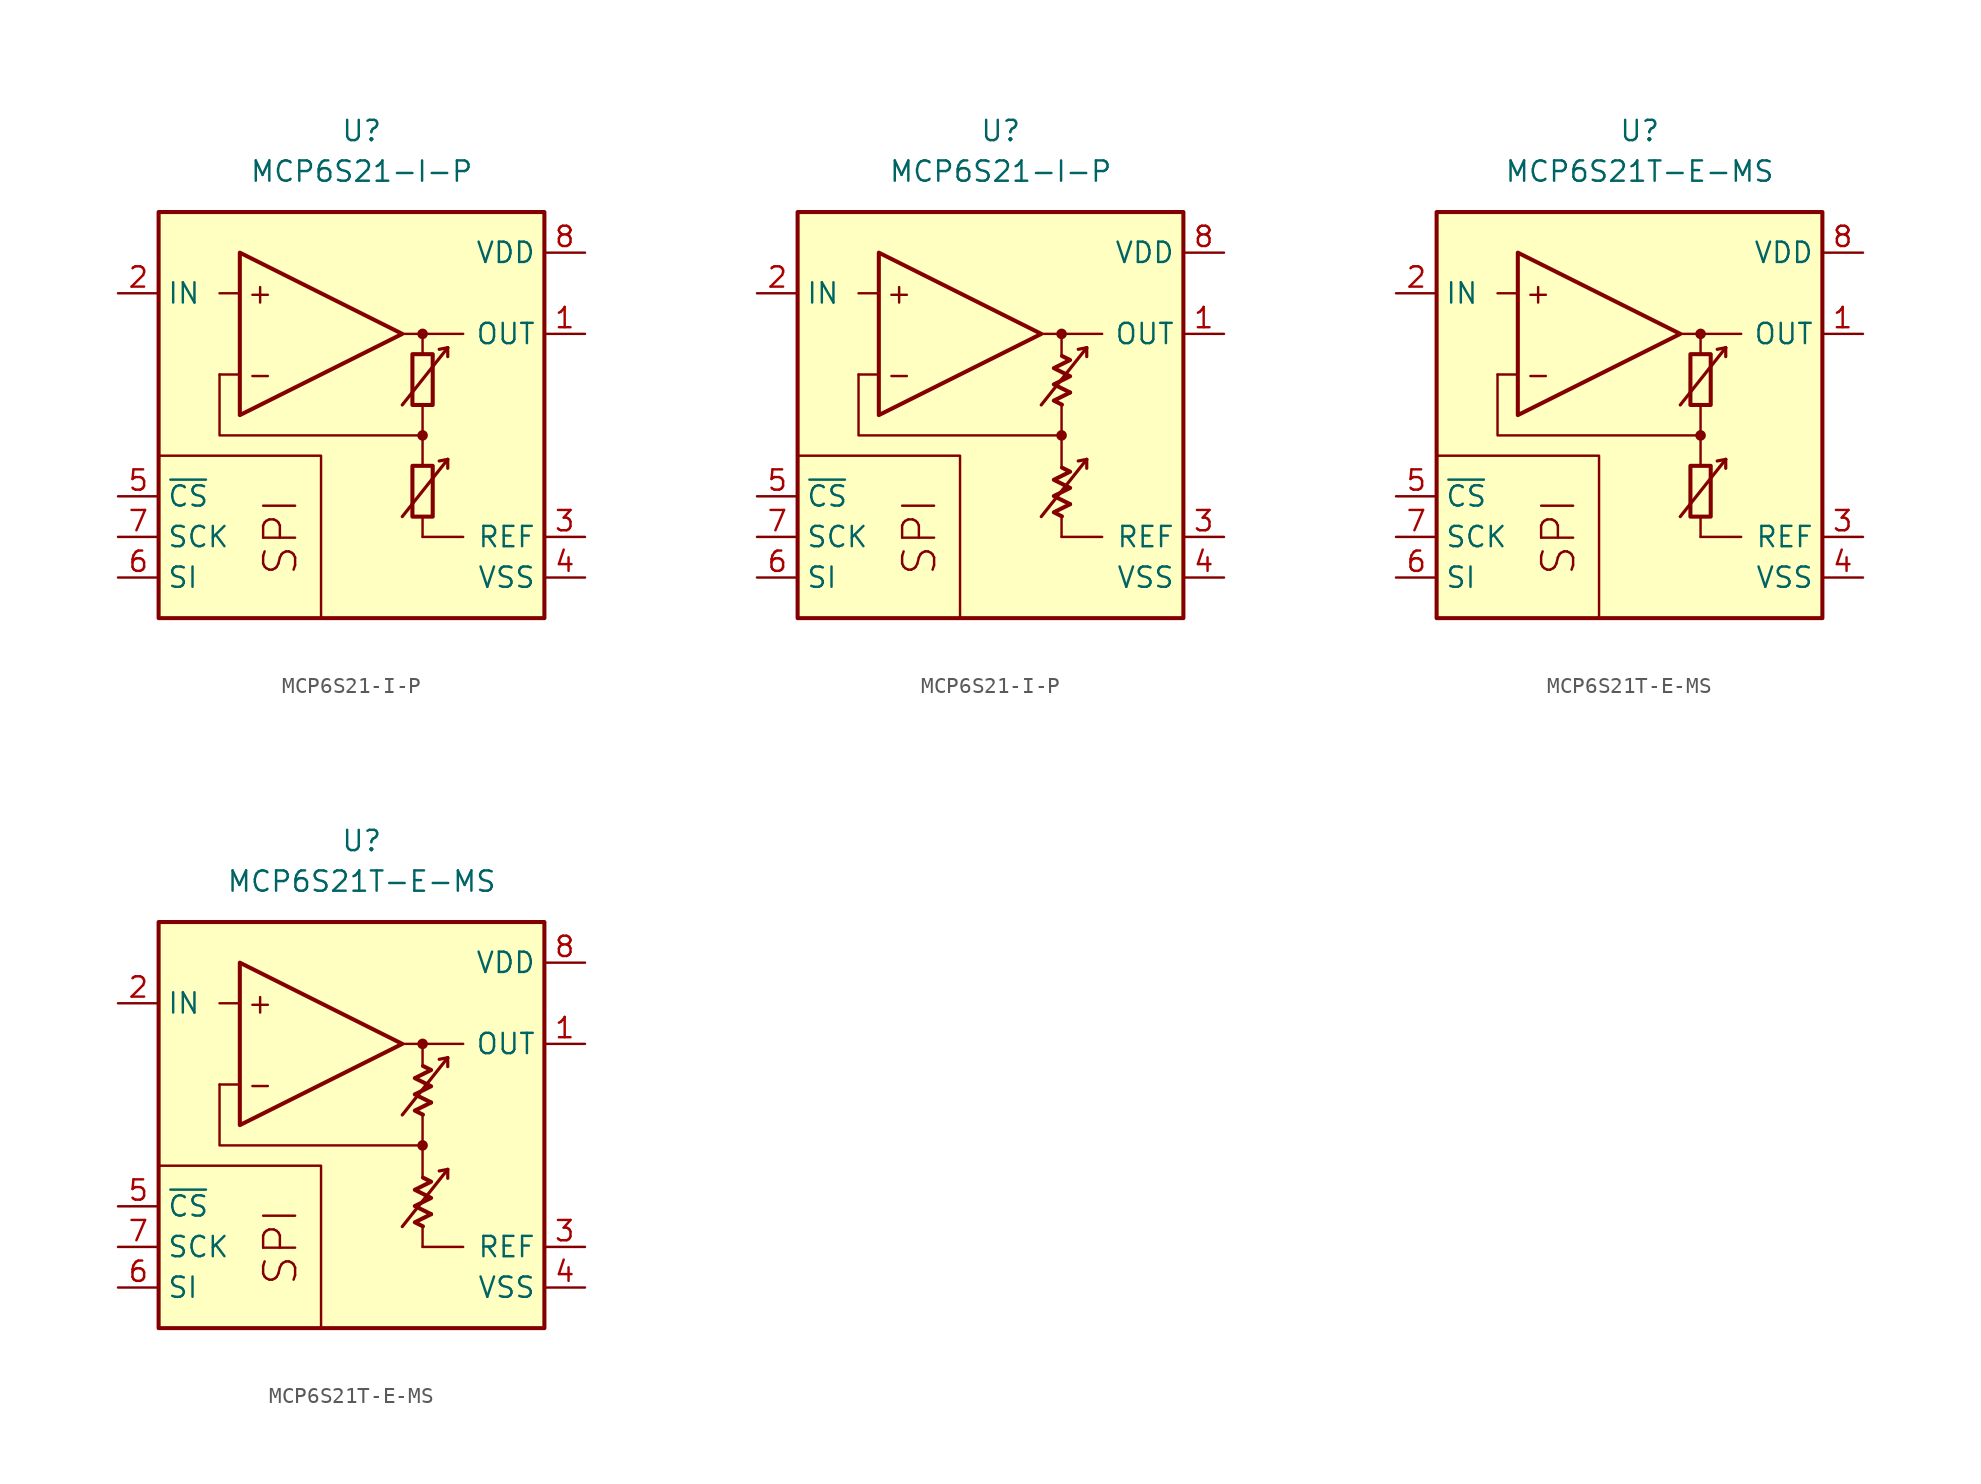
<source format=kicad_sym>
(kicad_symbol_lib
  (version 20231120)
  (generator "kicad_symbol_editor")
  (generator_version "8.0")
  (symbol "MCP6S21-I-P"
    (property "Reference" "U"
      (at 0 17.78 0)
      (effects (font (size 1.27 1.27))))
    (property "Value" "MCP6S21-I-P"
      (at 0 15.24 0)
      (effects (font (size 1.27 1.27))))
    (symbol "MCP6S21-I-P_0_0"
      (rectangle (start -12.7 12.7) (end 11.43 -12.7) (stroke (width 0.254) (type default)) (fill (type background)))
      (polyline (pts (xy 3.81 -3.81)) (stroke (width 0.152) (type default)) (fill (type none)))
      (polyline (pts (xy 3.81 -3.175)) (stroke (width 0.152) (type default)) (fill (type none)))
      (polyline (pts (xy 3.81 3.81)) (stroke (width 0.152) (type default)) (fill (type none)))
      (polyline (pts (xy 3.81 3.81)) (stroke (width 0.152) (type default)) (fill (type none)))
      (polyline (pts (xy -7.62 2.54) (xy -8.89 2.54)) (stroke (width 0.152) (type default)) (fill (type none)))
      (polyline (pts (xy -7.62 7.62) (xy -8.89 7.62)) (stroke (width 0.152) (type default)) (fill (type none)))
      (polyline (pts (xy 2.54 5.08) (xy 6.35 5.08)) (stroke (width 0.152) (type default)) (fill (type none)))
      (polyline (pts (xy 3.81 -6.35) (xy 3.81 -7.62)) (stroke (width 0.152) (type default)) (fill (type none)))
      (polyline (pts (xy 3.81 -1.27) (xy 3.81 -3.175)) (stroke (width 0.152) (type default)) (fill (type none)))
      (polyline (pts (xy 3.81 0.635) (xy 3.81 -1.27)) (stroke (width 0.152) (type default)) (fill (type none)))
      (polyline (pts (xy 3.81 5.08) (xy 3.81 3.81)) (stroke (width 0.152) (type default)) (fill (type none)))
      (polyline (pts (xy -2.54 -12.7) (xy -2.54 -2.54) (xy -12.7 -2.54)) (stroke (width 0.152) (type default)) (fill (type none)))
      (polyline (pts (xy 3.81 -1.27) (xy -8.89 -1.27) (xy -8.89 2.54)) (stroke (width 0.152) (type default)) (fill (type none)))
      (circle (center 3.81 -1.27) (radius 0.254) (stroke (width 0.152) (type default)) (fill (type outline)))
      (circle (center 3.81 5.08) (radius 0.254) (stroke (width 0.152) (type default)) (fill (type outline)))
      (text "+" (at -6.35 7.62 0) (effects (font (size 1.27 1.27))))
      (text "-" (at -6.35 2.54 0) (effects (font (size 1.27 1.27))))
      (text "SPI" (at -5.08 -7.62 900) (effects (font (size 2 2)))))
    (symbol "MCP6S21-I-P_0_1"
      (rectangle (start 3.175 -3.175) (end 4.445 -6.35) (stroke (width 0.254) (type default)) (fill (type none)))
      (rectangle (start 3.175 3.81) (end 4.445 0.635) (stroke (width 0.254) (type default)) (fill (type none))))
    (symbol "MCP6S21-I-P_0_2"
      (polyline (pts (xy 4.343 -5.572) (xy 3.326 -6.08) (xy 3.834 -6.333)) (stroke (width 0.254) (type default)) (fill (type none)))
      (polyline (pts (xy 4.343 1.413) (xy 3.326 0.905) (xy 3.834 0.651)) (stroke (width 0.254) (type default)) (fill (type none)))
      (polyline (pts (xy 3.834 -3.285) (xy 4.343 -3.539) (xy 3.326 -4.048) (xy 4.343 -4.556) (xy 3.326 -5.064) (xy 4.343 -5.572)) (stroke (width 0.254) (type default)) (fill (type none)))
      (polyline (pts (xy 3.834 3.7) (xy 4.343 3.446) (xy 3.326 2.938) (xy 4.343 2.429) (xy 3.326 1.921) (xy 4.343 1.413)) (stroke (width 0.254) (type default)) (fill (type none))))
    (symbol "MCP6S21-I-P_1_0"
      (polyline (pts (xy 3.81 -7.62) (xy 6.35 -7.62)) (stroke (width 0) (type default)) (fill (type none)))
      (polyline (pts (xy 5.385 -2.769) (xy 4.851 -2.87)) (stroke (width 0.2) (type default)) (fill (type none)))
      (polyline (pts (xy 5.385 -2.769) (xy 5.385 -3.327)) (stroke (width 0.2) (type default)) (fill (type none)))
      (polyline (pts (xy 5.385 4.216) (xy 4.851 4.115)) (stroke (width 0.2) (type default)) (fill (type none)))
      (polyline (pts (xy 5.385 4.216) (xy 5.385 3.658)) (stroke (width 0.2) (type default)) (fill (type none)))
      (polyline (pts (xy -7.62 10.16) (xy -7.62 0) (xy 2.54 5.08) (xy -7.62 10.16)) (stroke (width 0.254) (type default)) (fill (type background)))
      (polyline (pts (xy 2.54 -6.35) (xy 5.385 -2.769) (xy 5.385 -2.769) (xy 5.385 -2.769)) (stroke (width 0.2) (type default)) (fill (type none)))
      (polyline (pts (xy 2.54 0.635) (xy 5.385 4.216) (xy 5.385 4.216) (xy 5.385 4.216)) (stroke (width 0.2) (type default)) (fill (type none))))
    (symbol "MCP6S21-I-P_1_1"
      (pin output line (at 13.97 5.08 180) (length 2.54) (name "OUT" (effects (font (size 1.27 1.27)))) (number "1" (effects (font (size 1.27 1.27)))))
      (pin input line (at -15.24 7.62 0) (length 2.54) (name "IN" (effects (font (size 1.27 1.27)))) (number "2" (effects (font (size 1.27 1.27)))))
      (pin passive line (at 13.97 -7.62 180) (length 2.54) (name "REF" (effects (font (size 1.27 1.27)))) (number "3" (effects (font (size 1.27 1.27)))))
      (pin power_in line (at 13.97 -10.16 180) (length 2.54) (name "VSS" (effects (font (size 1.27 1.27)))) (number "4" (effects (font (size 1.27 1.27)))))
      (pin input line (at -15.24 -5.08 0) (length 2.54) (name "~{CS}" (effects (font (size 1.27 1.27)))) (number "5" (effects (font (size 1.27 1.27)))))
      (pin input line (at -15.24 -10.16 0) (length 2.54) (name "SI" (effects (font (size 1.27 1.27)))) (number "6" (effects (font (size 1.27 1.27)))))
      (pin input line (at -15.24 -7.62 0) (length 2.54) (name "SCK" (effects (font (size 1.27 1.27)))) (number "7" (effects (font (size 1.27 1.27)))))
      (pin power_in line (at 13.97 10.16 180) (length 2.54) (name "VDD" (effects (font (size 1.27 1.27)))) (number "8" (effects (font (size 1.27 1.27))))))
    (symbol "MCP6S21-I-P_1_2"
      (pin output line (at 13.97 5.08 180) (length 2.54) (name "OUT" (effects (font (size 1.27 1.27)))) (number "1" (effects (font (size 1.27 1.27)))))
      (pin input line (at -15.24 7.62 0) (length 2.54) (name "IN" (effects (font (size 1.27 1.27)))) (number "2" (effects (font (size 1.27 1.27)))))
      (pin passive line (at 13.97 -7.62 180) (length 2.54) (name "REF" (effects (font (size 1.27 1.27)))) (number "3" (effects (font (size 1.27 1.27)))))
      (pin power_in line (at 13.97 -10.16 180) (length 2.54) (name "VSS" (effects (font (size 1.27 1.27)))) (number "4" (effects (font (size 1.27 1.27)))))
      (pin input line (at -15.24 -5.08 0) (length 2.54) (name "~{CS}" (effects (font (size 1.27 1.27)))) (number "5" (effects (font (size 1.27 1.27)))))
      (pin input line (at -15.24 -10.16 0) (length 2.54) (name "SI" (effects (font (size 1.27 1.27)))) (number "6" (effects (font (size 1.27 1.27)))))
      (pin input line (at -15.24 -7.62 0) (length 2.54) (name "SCK" (effects (font (size 1.27 1.27)))) (number "7" (effects (font (size 1.27 1.27)))))
      (pin power_in line (at 13.97 10.16 180) (length 2.54) (name "VDD" (effects (font (size 1.27 1.27)))) (number "8" (effects (font (size 1.27 1.27)))))))
  (symbol "MCP6S21T-E-MS"
    (property "Reference" "U"
      (at 0 17.78 0)
      (effects (font (size 1.27 1.27))))
    (property "Value" "MCP6S21T-E-MS"
      (at 0 15.24 0)
      (effects (font (size 1.27 1.27))))
    (symbol "MCP6S21T-E-MS_0_0"
      (rectangle (start -12.7 12.7) (end 11.43 -12.7) (stroke (width 0.254) (type default)) (fill (type background)))
      (polyline (pts (xy 3.81 -3.81)) (stroke (width 0.152) (type default)) (fill (type none)))
      (polyline (pts (xy 3.81 -3.175)) (stroke (width 0.152) (type default)) (fill (type none)))
      (polyline (pts (xy 3.81 3.81)) (stroke (width 0.152) (type default)) (fill (type none)))
      (polyline (pts (xy 3.81 3.81)) (stroke (width 0.152) (type default)) (fill (type none)))
      (polyline (pts (xy -7.62 2.54) (xy -8.89 2.54)) (stroke (width 0.152) (type default)) (fill (type none)))
      (polyline (pts (xy -7.62 7.62) (xy -8.89 7.62)) (stroke (width 0.152) (type default)) (fill (type none)))
      (polyline (pts (xy 2.54 5.08) (xy 6.35 5.08)) (stroke (width 0.152) (type default)) (fill (type none)))
      (polyline (pts (xy 3.81 -6.35) (xy 3.81 -7.62)) (stroke (width 0.152) (type default)) (fill (type none)))
      (polyline (pts (xy 3.81 -1.27) (xy 3.81 -3.175)) (stroke (width 0.152) (type default)) (fill (type none)))
      (polyline (pts (xy 3.81 0.635) (xy 3.81 -1.27)) (stroke (width 0.152) (type default)) (fill (type none)))
      (polyline (pts (xy 3.81 5.08) (xy 3.81 3.81)) (stroke (width 0.152) (type default)) (fill (type none)))
      (polyline (pts (xy -2.54 -12.7) (xy -2.54 -2.54) (xy -12.7 -2.54)) (stroke (width 0.152) (type default)) (fill (type none)))
      (polyline (pts (xy 3.81 -1.27) (xy -8.89 -1.27) (xy -8.89 2.54)) (stroke (width 0.152) (type default)) (fill (type none)))
      (circle (center 3.81 -1.27) (radius 0.254) (stroke (width 0.152) (type default)) (fill (type outline)))
      (circle (center 3.81 5.08) (radius 0.254) (stroke (width 0.152) (type default)) (fill (type outline)))
      (text "+" (at -6.35 7.62 0) (effects (font (size 1.27 1.27))))
      (text "-" (at -6.35 2.54 0) (effects (font (size 1.27 1.27))))
      (text "SPI" (at -5.08 -7.62 900) (effects (font (size 2 2)))))
    (symbol "MCP6S21T-E-MS_0_1"
      (rectangle (start 3.175 -3.175) (end 4.445 -6.35) (stroke (width 0.254) (type default)) (fill (type none)))
      (rectangle (start 3.175 3.81) (end 4.445 0.635) (stroke (width 0.254) (type default)) (fill (type none))))
    (symbol "MCP6S21T-E-MS_0_2"
      (polyline (pts (xy 4.343 -5.572) (xy 3.326 -6.08) (xy 3.834 -6.333)) (stroke (width 0.254) (type default)) (fill (type none)))
      (polyline (pts (xy 4.343 1.413) (xy 3.326 0.905) (xy 3.834 0.651)) (stroke (width 0.254) (type default)) (fill (type none)))
      (polyline (pts (xy 3.834 -3.285) (xy 4.343 -3.539) (xy 3.326 -4.048) (xy 4.343 -4.556) (xy 3.326 -5.064) (xy 4.343 -5.572)) (stroke (width 0.254) (type default)) (fill (type none)))
      (polyline (pts (xy 3.834 3.7) (xy 4.343 3.446) (xy 3.326 2.938) (xy 4.343 2.429) (xy 3.326 1.921) (xy 4.343 1.413)) (stroke (width 0.254) (type default)) (fill (type none))))
    (symbol "MCP6S21T-E-MS_1_0"
      (polyline (pts (xy 3.81 -7.62) (xy 6.35 -7.62)) (stroke (width 0) (type default)) (fill (type none)))
      (polyline (pts (xy 5.385 -2.769) (xy 4.851 -2.87)) (stroke (width 0.2) (type default)) (fill (type none)))
      (polyline (pts (xy 5.385 -2.769) (xy 5.385 -3.327)) (stroke (width 0.2) (type default)) (fill (type none)))
      (polyline (pts (xy 5.385 4.216) (xy 4.851 4.115)) (stroke (width 0.2) (type default)) (fill (type none)))
      (polyline (pts (xy 5.385 4.216) (xy 5.385 3.658)) (stroke (width 0.2) (type default)) (fill (type none)))
      (polyline (pts (xy -7.62 10.16) (xy -7.62 0) (xy 2.54 5.08) (xy -7.62 10.16)) (stroke (width 0.254) (type default)) (fill (type background)))
      (polyline (pts (xy 2.54 -6.35) (xy 5.385 -2.769) (xy 5.385 -2.769) (xy 5.385 -2.769)) (stroke (width 0.2) (type default)) (fill (type none)))
      (polyline (pts (xy 2.54 0.635) (xy 5.385 4.216) (xy 5.385 4.216) (xy 5.385 4.216)) (stroke (width 0.2) (type default)) (fill (type none))))
    (symbol "MCP6S21T-E-MS_1_1"
      (pin output line (at 13.97 5.08 180) (length 2.54) (name "OUT" (effects (font (size 1.27 1.27)))) (number "1" (effects (font (size 1.27 1.27)))))
      (pin input line (at -15.24 7.62 0) (length 2.54) (name "IN" (effects (font (size 1.27 1.27)))) (number "2" (effects (font (size 1.27 1.27)))))
      (pin passive line (at 13.97 -7.62 180) (length 2.54) (name "REF" (effects (font (size 1.27 1.27)))) (number "3" (effects (font (size 1.27 1.27)))))
      (pin power_in line (at 13.97 -10.16 180) (length 2.54) (name "VSS" (effects (font (size 1.27 1.27)))) (number "4" (effects (font (size 1.27 1.27)))))
      (pin input line (at -15.24 -5.08 0) (length 2.54) (name "~{CS}" (effects (font (size 1.27 1.27)))) (number "5" (effects (font (size 1.27 1.27)))))
      (pin input line (at -15.24 -10.16 0) (length 2.54) (name "SI" (effects (font (size 1.27 1.27)))) (number "6" (effects (font (size 1.27 1.27)))))
      (pin input line (at -15.24 -7.62 0) (length 2.54) (name "SCK" (effects (font (size 1.27 1.27)))) (number "7" (effects (font (size 1.27 1.27)))))
      (pin power_in line (at 13.97 10.16 180) (length 2.54) (name "VDD" (effects (font (size 1.27 1.27)))) (number "8" (effects (font (size 1.27 1.27))))))
    (symbol "MCP6S21T-E-MS_1_2"
      (pin output line (at 13.97 5.08 180) (length 2.54) (name "OUT" (effects (font (size 1.27 1.27)))) (number "1" (effects (font (size 1.27 1.27)))))
      (pin input line (at -15.24 7.62 0) (length 2.54) (name "IN" (effects (font (size 1.27 1.27)))) (number "2" (effects (font (size 1.27 1.27)))))
      (pin passive line (at 13.97 -7.62 180) (length 2.54) (name "REF" (effects (font (size 1.27 1.27)))) (number "3" (effects (font (size 1.27 1.27)))))
      (pin power_in line (at 13.97 -10.16 180) (length 2.54) (name "VSS" (effects (font (size 1.27 1.27)))) (number "4" (effects (font (size 1.27 1.27)))))
      (pin input line (at -15.24 -5.08 0) (length 2.54) (name "~{CS}" (effects (font (size 1.27 1.27)))) (number "5" (effects (font (size 1.27 1.27)))))
      (pin input line (at -15.24 -10.16 0) (length 2.54) (name "SI" (effects (font (size 1.27 1.27)))) (number "6" (effects (font (size 1.27 1.27)))))
      (pin input line (at -15.24 -7.62 0) (length 2.54) (name "SCK" (effects (font (size 1.27 1.27)))) (number "7" (effects (font (size 1.27 1.27)))))
      (pin power_in line (at 13.97 10.16 180) (length 2.54) (name "VDD" (effects (font (size 1.27 1.27)))) (number "8" (effects (font (size 1.27 1.27))))))))
</source>
